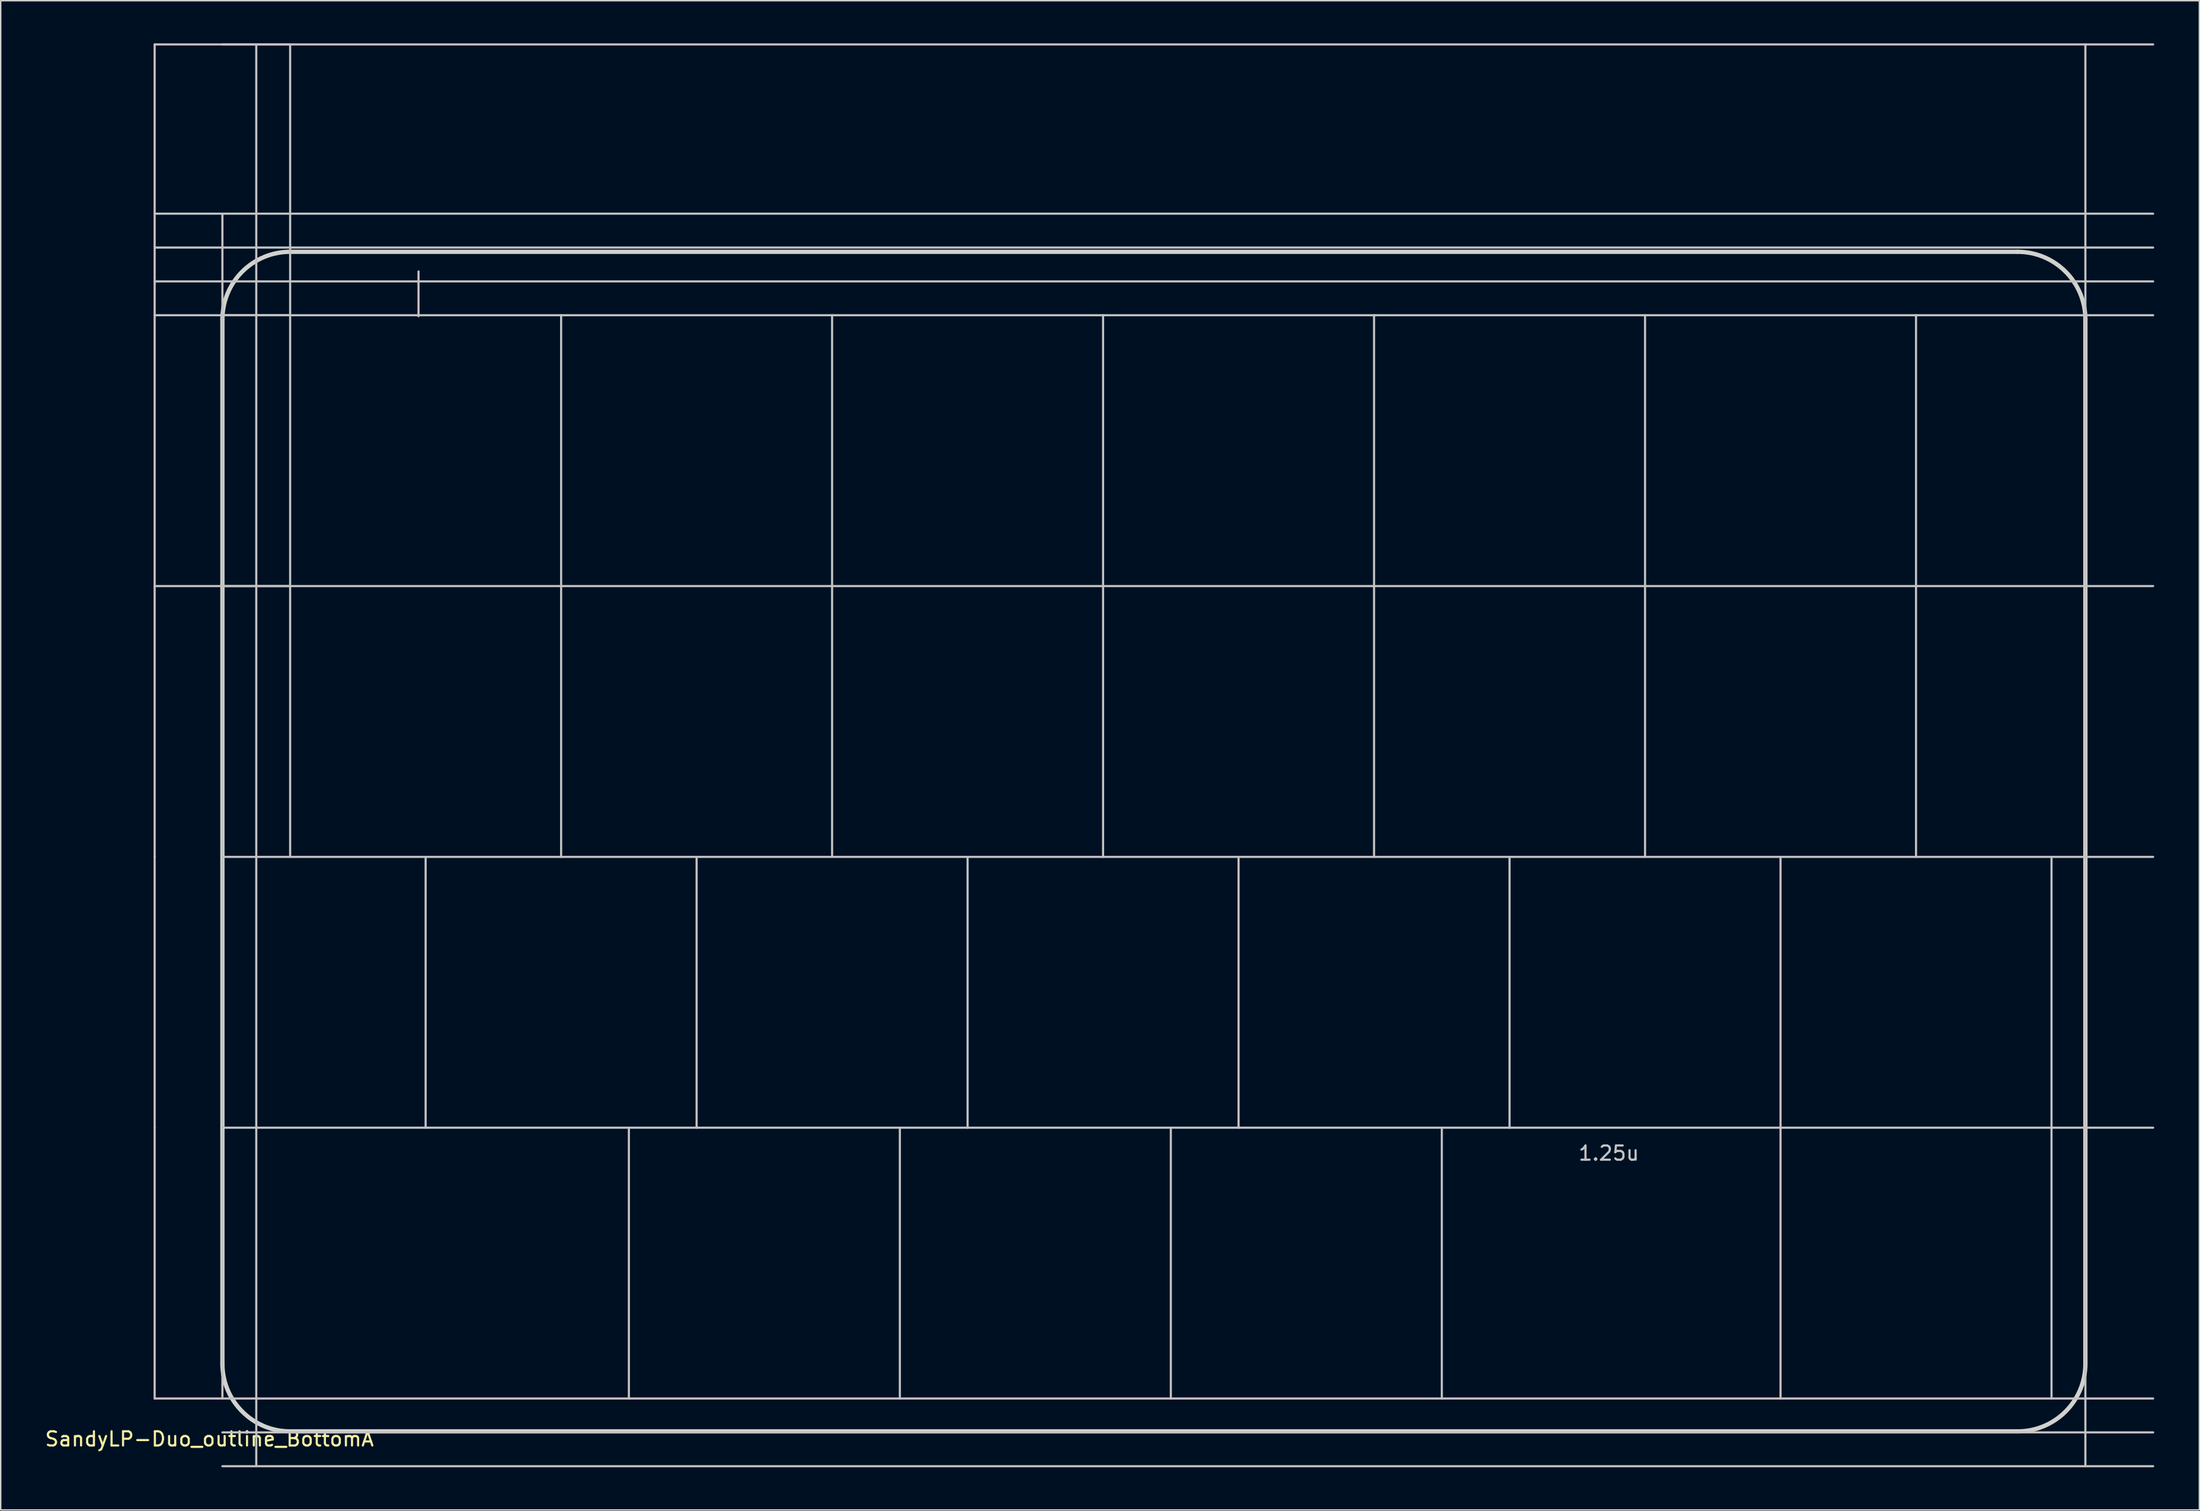
<source format=kicad_pcb>
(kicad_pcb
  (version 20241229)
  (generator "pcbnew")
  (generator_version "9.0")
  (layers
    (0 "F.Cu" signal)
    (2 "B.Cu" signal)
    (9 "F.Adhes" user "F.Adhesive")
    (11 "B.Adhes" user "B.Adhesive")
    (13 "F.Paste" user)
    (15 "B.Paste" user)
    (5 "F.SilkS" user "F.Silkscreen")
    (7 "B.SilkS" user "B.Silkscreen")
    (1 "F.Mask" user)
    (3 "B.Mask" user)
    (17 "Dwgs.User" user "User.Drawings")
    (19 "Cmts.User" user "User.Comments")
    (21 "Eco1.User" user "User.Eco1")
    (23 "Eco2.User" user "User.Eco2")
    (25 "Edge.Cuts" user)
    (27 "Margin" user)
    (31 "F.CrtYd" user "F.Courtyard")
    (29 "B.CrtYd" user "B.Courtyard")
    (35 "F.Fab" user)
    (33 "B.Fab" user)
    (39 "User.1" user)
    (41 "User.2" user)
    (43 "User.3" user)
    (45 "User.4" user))
  (footprint "SandyLP-Duo_outline_BottomA"
    (layer "F.Cu")
    (at 148.316 66.75)
    (property "Reference" "SandyLP-Duo_outline_BottomA" (at -136.644 31.425 0) (layer "F.SilkS") (effects (font (size 1 1) (thickness 0.15))))
    (attr through_hole)
    (fp_line (start -140.494 -66.675) (end -130.969 -66.675) (stroke (width 0.15) (type solid)) (layer "Dwgs.User"))
    (fp_line (start -140.494 -47.625) (end -140.494 -66.675) (stroke (width 0.15) (type solid)) (layer "Dwgs.User"))
    (fp_line (start -140.494 -47.625) (end -130.969 -47.625) (stroke (width 0.15) (type solid)) (layer "Dwgs.User"))
    (fp_line (start -140.494 -28.575) (end -140.494 -47.625) (stroke (width 0.15) (type solid)) (layer "Dwgs.User"))
    (fp_line (start -140.494 -28.575) (end -130.969 -28.575) (stroke (width 0.15) (type solid)) (layer "Dwgs.User"))
    (fp_line (start -140.494 -9.525) (end -140.494 -28.575) (stroke (width 0.15) (type solid)) (layer "Dwgs.User"))
    (fp_line (start -140.494 9.525) (end -140.494 -9.525) (stroke (width 0.15) (type solid)) (layer "Dwgs.User"))
    (fp_line (start -140.494 28.575) (end -140.494 9.525) (stroke (width 0.15) (type solid)) (layer "Dwgs.User"))
    (fp_line (start -135.731 28.575) (end -135.731 -54.769) (stroke (width 0.15) (type solid)) (layer "Dwgs.User"))
    (fp_line (start -133.35 33.337) (end -133.35 -66.675) (stroke (width 0.15) (type solid)) (layer "Dwgs.User"))
    (fp_line (start -130.969 -47.625) (end -130.969 -66.675) (stroke (width 0.15) (type solid)) (layer "Dwgs.User"))
    (fp_line (start -130.969 -28.575) (end -130.969 -47.625) (stroke (width 0.15) (type solid)) (layer "Dwgs.User"))
    (fp_line (start -130.969 -9.525) (end -130.969 -28.575) (stroke (width 0.15) (type solid)) (layer "Dwgs.User"))
    (fp_line (start -121.944 -50.706) (end -121.944 -47.556) (stroke (width 0.15) (type solid)) (layer "Dwgs.User"))
    (fp_line (start -121.444 9.525) (end -121.444 -9.525) (stroke (width 0.15) (type solid)) (layer "Dwgs.User"))
    (fp_line (start -111.919 -28.575) (end -111.919 -47.625) (stroke (width 0.15) (type solid)) (layer "Dwgs.User"))
    (fp_line (start -111.919 -9.525) (end -111.919 -28.575) (stroke (width 0.15) (type solid)) (layer "Dwgs.User"))
    (fp_line (start -107.156 28.575) (end -107.156 9.525) (stroke (width 0.15) (type solid)) (layer "Dwgs.User"))
    (fp_line (start -102.394 9.525) (end -102.394 -9.525) (stroke (width 0.15) (type solid)) (layer "Dwgs.User"))
    (fp_line (start -92.869 -28.575) (end -92.869 -47.625) (stroke (width 0.15) (type solid)) (layer "Dwgs.User"))
    (fp_line (start -92.869 -9.525) (end -92.869 -28.575) (stroke (width 0.15) (type solid)) (layer "Dwgs.User"))
    (fp_line (start -88.106 28.575) (end -88.106 9.525) (stroke (width 0.15) (type solid)) (layer "Dwgs.User"))
    (fp_line (start -83.344 9.525) (end -83.344 -9.525) (stroke (width 0.15) (type solid)) (layer "Dwgs.User"))
    (fp_line (start -73.819 -28.575) (end -73.819 -47.625) (stroke (width 0.15) (type solid)) (layer "Dwgs.User"))
    (fp_line (start -73.819 -9.525) (end -73.819 -28.575) (stroke (width 0.15) (type solid)) (layer "Dwgs.User"))
    (fp_line (start -69.056 28.575) (end -69.056 9.525) (stroke (width 0.15) (type solid)) (layer "Dwgs.User"))
    (fp_line (start -64.294 9.525) (end -64.294 -9.525) (stroke (width 0.15) (type solid)) (layer "Dwgs.User"))
    (fp_line (start -54.769 -28.575) (end -54.769 -47.625) (stroke (width 0.15) (type solid)) (layer "Dwgs.User"))
    (fp_line (start -54.769 -9.525) (end -54.769 -28.575) (stroke (width 0.15) (type solid)) (layer "Dwgs.User"))
    (fp_line (start -50.006 28.575) (end -50.006 9.525) (stroke (width 0.15) (type solid)) (layer "Dwgs.User"))
    (fp_line (start -45.244 9.525) (end -45.244 -9.525) (stroke (width 0.15) (type solid)) (layer "Dwgs.User"))
    (fp_line (start -35.719 -28.575) (end -35.719 -47.625) (stroke (width 0.15) (type solid)) (layer "Dwgs.User"))
    (fp_line (start -35.719 -9.525) (end -35.719 -28.575) (stroke (width 0.15) (type solid)) (layer "Dwgs.User"))
    (fp_line (start -26.194 9.525) (end -26.194 -9.525) (stroke (width 0.15) (type solid)) (layer "Dwgs.User"))
    (fp_line (start -26.194 28.575) (end -26.194 9.525) (stroke (width 0.15) (type solid)) (layer "Dwgs.User"))
    (fp_line (start -16.669 -28.575) (end -16.669 -47.625) (stroke (width 0.15) (type solid)) (layer "Dwgs.User"))
    (fp_line (start -16.669 -9.525) (end -16.669 -28.575) (stroke (width 0.15) (type solid)) (layer "Dwgs.User"))
    (fp_line (start -7.144 9.525) (end -7.144 -9.525) (stroke (width 0.15) (type solid)) (layer "Dwgs.User"))
    (fp_line (start -7.144 28.575) (end -7.144 9.525) (stroke (width 0.15) (type solid)) (layer "Dwgs.User"))
    (fp_line (start -4.763 33.337) (end -4.763 -66.675) (stroke (width 0.15) (type solid)) (layer "Dwgs.User"))
    (fp_line (start 0 -66.675) (end -135.731 -66.675) (stroke (width 0.15) (type solid)) (layer "Dwgs.User"))
    (fp_line (start 0 -54.769) (end -140.494 -54.769) (stroke (width 0.15) (type solid)) (layer "Dwgs.User"))
    (fp_line (start 0 -52.388) (end -140.494 -52.388) (stroke (width 0.15) (type solid)) (layer "Dwgs.User"))
    (fp_line (start 0 -50.006) (end -140.494 -50.006) (stroke (width 0.15) (type solid)) (layer "Dwgs.User"))
    (fp_line (start 0 -47.625) (end -135.731 -47.625) (stroke (width 0.15) (type solid)) (layer "Dwgs.User"))
    (fp_line (start 0 -28.575) (end -135.731 -28.575) (stroke (width 0.15) (type solid)) (layer "Dwgs.User"))
    (fp_line (start 0 -9.525) (end -135.731 -9.525) (stroke (width 0.15) (type solid)) (layer "Dwgs.User"))
    (fp_line (start 0 9.525) (end -135.731 9.525) (stroke (width 0.15) (type solid)) (layer "Dwgs.User"))
    (fp_line (start 0 28.575) (end -140.494 28.575) (stroke (width 0.15) (type solid)) (layer "Dwgs.User"))
    (fp_line (start 0 30.956) (end -135.731 30.956) (stroke (width 0.15) (type solid)) (layer "Dwgs.User"))
    (fp_line (start 0 33.337) (end -135.731 33.337) (stroke (width 0.15) (type solid)) (layer "Dwgs.User"))
    (fp_line (start -135.731 26.123) (end -135.731 -47.325) (stroke (width 0.3) (type solid)) (layer "Edge.Cuts"))
    (fp_line (start -9.525 -52.088) (end -130.969 -52.088) (stroke (width 0.3) (type solid)) (layer "Edge.Cuts"))
    (fp_line (start -9.525 30.886) (end -130.969 30.886) (stroke (width 0.3) (type solid)) (layer "Edge.Cuts"))
    (fp_line (start -4.763 26.123) (end -4.763 -47.325) (stroke (width 0.3) (type solid)) (layer "Edge.Cuts"))
    (fp_arc (start -135.731364 -47.32504) (mid -134.33646 -50.692636) (end -130.968864 -52.08754) (stroke (width 0.3) (type default)) (layer "Edge.Cuts"))
    (fp_arc (start -130.968864 30.885971) (mid -134.33646 29.491067) (end -135.731364 26.123471) (stroke (width 0.3) (type default)) (layer "Edge.Cuts"))
    (fp_arc (start -9.525004 -52.08754) (mid -6.15741 -50.692634) (end -4.762504 -47.32504) (stroke (width 0.3) (type default)) (layer "Edge.Cuts"))
    (fp_arc (start -4.762504 26.123471) (mid -6.157413 29.491062) (end -9.525004 30.885971) (stroke (width 0.3) (type default)) (layer "Edge.Cuts"))
    (fp_text user "1.25u" (at -40.481 11.906 0) (unlocked yes) (layer "Dwgs.User") (effects (font (size 1 1) (thickness 0.15)) (justify left bottom))))
  (gr_rect
    (start -3 -3)
    (end 151.566 103.162)
    (stroke (width 0.1) (type default))
    (fill no)
    (layer "Edge.Cuts")))
</source>
